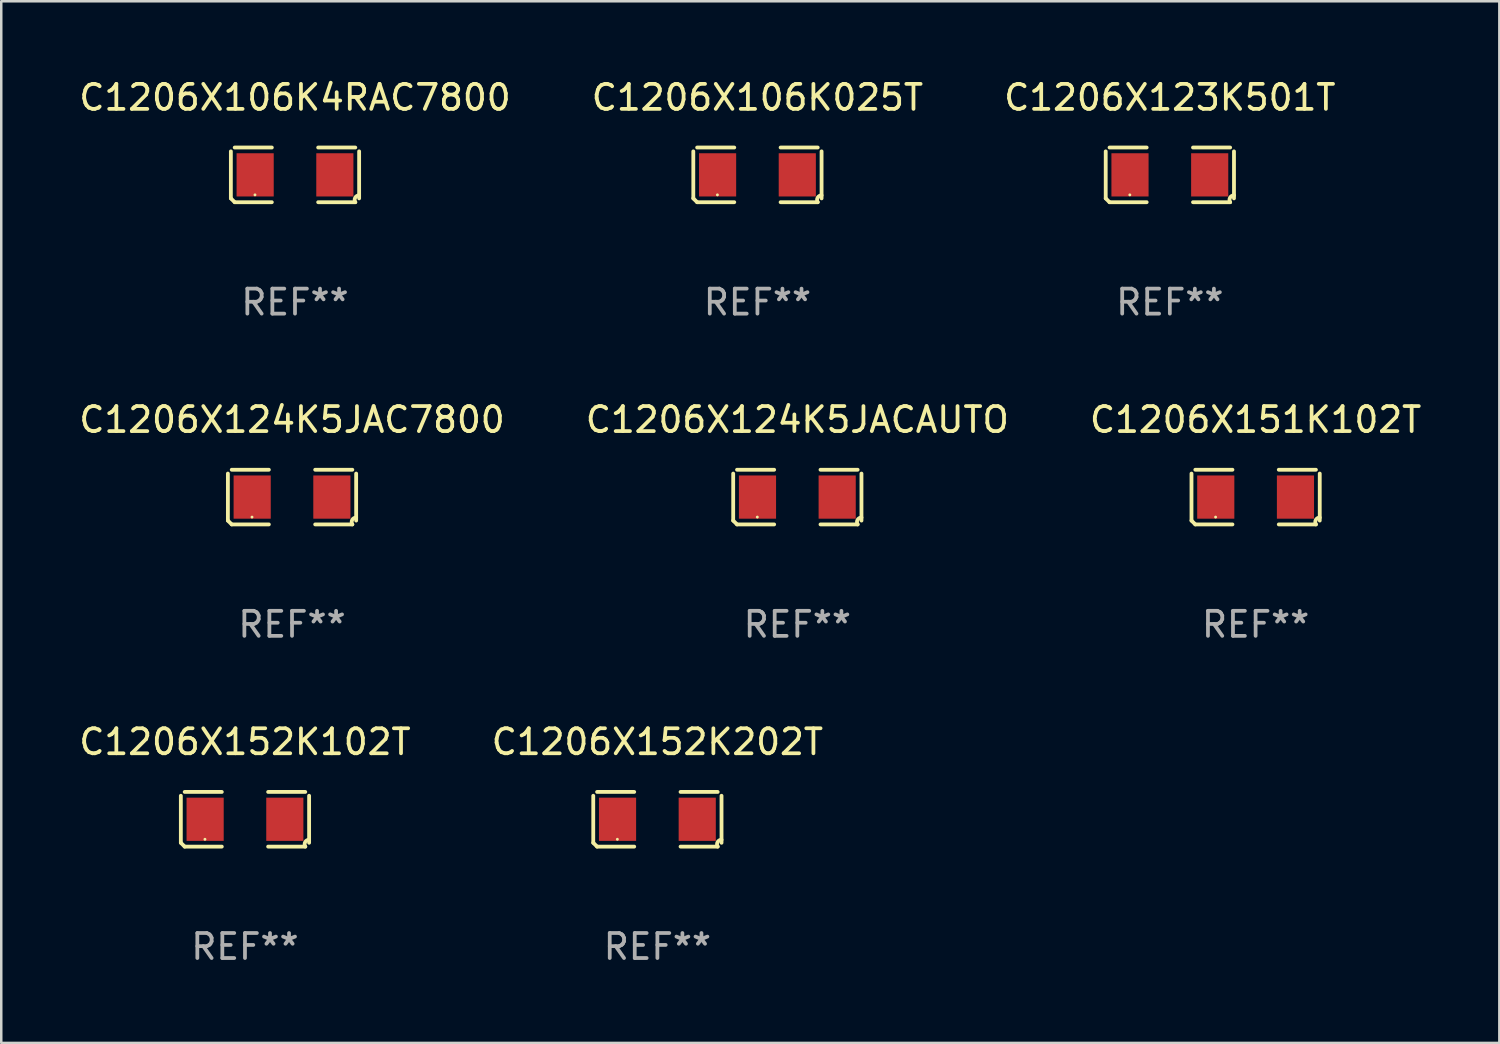
<source format=kicad_pcb>
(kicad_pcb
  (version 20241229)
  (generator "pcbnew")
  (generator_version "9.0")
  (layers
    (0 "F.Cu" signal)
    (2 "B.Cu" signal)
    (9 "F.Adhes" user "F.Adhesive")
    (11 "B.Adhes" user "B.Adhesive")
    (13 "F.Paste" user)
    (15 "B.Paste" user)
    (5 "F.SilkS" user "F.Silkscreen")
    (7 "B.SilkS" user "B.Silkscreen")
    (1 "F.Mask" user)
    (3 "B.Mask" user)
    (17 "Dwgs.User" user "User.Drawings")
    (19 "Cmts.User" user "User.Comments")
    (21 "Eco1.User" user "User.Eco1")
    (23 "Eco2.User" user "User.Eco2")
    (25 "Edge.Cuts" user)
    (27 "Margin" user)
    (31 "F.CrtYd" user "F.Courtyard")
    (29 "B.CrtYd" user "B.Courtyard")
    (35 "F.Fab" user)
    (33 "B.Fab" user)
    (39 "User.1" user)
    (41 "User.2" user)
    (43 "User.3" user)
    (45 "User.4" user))
  (footprint "C1206X123K501T"
    (layer "F.Cu")
    (at 43.72 3.941)
    (property "Reference" "C1206X123K501T" (at 0 -3.093 0) (layer "F.SilkS") (effects (font (size 1 1) (thickness 0.15))))
    (attr through_hole)
    (fp_line (start -2.564 0.94) (end -2.564 -0.94) (stroke (width 0.152) (type solid)) (layer "F.SilkS"))
    (fp_line (start -2.411 -1.093) (end -0.926 -1.093) (stroke (width 0.152) (type solid)) (layer "F.SilkS"))
    (fp_line (start -0.926 1.093) (end -2.411 1.093) (stroke (width 0.152) (type solid)) (layer "F.SilkS"))
    (fp_line (start 0.926 1.093) (end 2.411 1.093) (stroke (width 0.152) (type solid)) (layer "F.SilkS"))
    (fp_line (start 2.411 -1.093) (end 0.926 -1.093) (stroke (width 0.152) (type solid)) (layer "F.SilkS"))
    (fp_line (start 2.564 0.94) (end 2.564 -0.94) (stroke (width 0.152) (type solid)) (layer "F.SilkS"))
    (fp_arc (start -2.411201 1.092609) (mid -2.487413 1.01642) (end -2.563602 0.940208) (stroke (width 0.1524) (type solid)) (layer "F.SilkS"))
    (fp_arc (start 2.411201 1.092609) (mid 2.407159 0.911226) (end 2.563602 0.819347) (stroke (width 0.1524) (type solid)) (layer "F.SilkS"))
    (fp_circle (center -1.6 0.8) (end -1.57 0.8) (stroke (width 0.06) (type solid)) (fill no) (layer "F.SilkS"))
    (fp_text user "REF**" (at 0 5.093 0) (layer "F.Fab") (effects (font (size 1 1) (thickness 0.15))))
    (pad "1" smd rect (at -1.593 0) (size 1.485 1.728) (layers "F.Cu" "F.Mask" "F.Paste"))
    (pad "2" smd rect (at 1.593 0) (size 1.485 1.728) (layers "F.Cu" "F.Mask" "F.Paste")))
  (footprint "C1206X151K102T"
    (layer "F.Cu")
    (at 47.149 16.823)
    (property "Reference" "C1206X151K102T" (at 0 -3.093 0) (layer "F.SilkS") (effects (font (size 1 1) (thickness 0.15))))
    (attr through_hole)
    (fp_line (start -2.564 0.94) (end -2.564 -0.94) (stroke (width 0.152) (type solid)) (layer "F.SilkS"))
    (fp_line (start -2.411 -1.093) (end -0.926 -1.093) (stroke (width 0.152) (type solid)) (layer "F.SilkS"))
    (fp_line (start -0.926 1.093) (end -2.411 1.093) (stroke (width 0.152) (type solid)) (layer "F.SilkS"))
    (fp_line (start 0.926 1.093) (end 2.411 1.093) (stroke (width 0.152) (type solid)) (layer "F.SilkS"))
    (fp_line (start 2.411 -1.093) (end 0.926 -1.093) (stroke (width 0.152) (type solid)) (layer "F.SilkS"))
    (fp_line (start 2.564 0.94) (end 2.564 -0.94) (stroke (width 0.152) (type solid)) (layer "F.SilkS"))
    (fp_arc (start -2.411201 1.092609) (mid -2.487413 1.01642) (end -2.563602 0.940208) (stroke (width 0.1524) (type solid)) (layer "F.SilkS"))
    (fp_arc (start 2.411201 1.092609) (mid 2.407159 0.911226) (end 2.563602 0.819347) (stroke (width 0.1524) (type solid)) (layer "F.SilkS"))
    (fp_circle (center -1.6 0.8) (end -1.57 0.8) (stroke (width 0.06) (type solid)) (fill no) (layer "F.SilkS"))
    (fp_text user "REF**" (at 0 5.093 0) (layer "F.Fab") (effects (font (size 1 1) (thickness 0.15))))
    (pad "1" smd rect (at -1.593 0) (size 1.485 1.728) (layers "F.Cu" "F.Mask" "F.Paste"))
    (pad "2" smd rect (at 1.593 0) (size 1.485 1.728) (layers "F.Cu" "F.Mask" "F.Paste")))
  (footprint "C1206X106K4RAC7800"
    (layer "F.Cu")
    (at 8.744 3.941)
    (property "Reference" "C1206X106K4RAC7800" (at 0 -3.093 0) (layer "F.SilkS") (effects (font (size 1 1) (thickness 0.15))))
    (attr through_hole)
    (fp_line (start -2.564 0.94) (end -2.564 -0.94) (stroke (width 0.152) (type solid)) (layer "F.SilkS"))
    (fp_line (start -2.411 -1.093) (end -0.926 -1.093) (stroke (width 0.152) (type solid)) (layer "F.SilkS"))
    (fp_line (start -0.926 1.093) (end -2.411 1.093) (stroke (width 0.152) (type solid)) (layer "F.SilkS"))
    (fp_line (start 0.926 1.093) (end 2.411 1.093) (stroke (width 0.152) (type solid)) (layer "F.SilkS"))
    (fp_line (start 2.411 -1.093) (end 0.926 -1.093) (stroke (width 0.152) (type solid)) (layer "F.SilkS"))
    (fp_line (start 2.564 0.94) (end 2.564 -0.94) (stroke (width 0.152) (type solid)) (layer "F.SilkS"))
    (fp_arc (start -2.411201 1.092609) (mid -2.487413 1.01642) (end -2.563602 0.940208) (stroke (width 0.1524) (type solid)) (layer "F.SilkS"))
    (fp_arc (start 2.411201 1.092609) (mid 2.407159 0.911226) (end 2.563602 0.819347) (stroke (width 0.1524) (type solid)) (layer "F.SilkS"))
    (fp_circle (center -1.6 0.8) (end -1.57 0.8) (stroke (width 0.06) (type solid)) (fill no) (layer "F.SilkS"))
    (fp_text user "REF**" (at 0 5.093 0) (layer "F.Fab") (effects (font (size 1 1) (thickness 0.15))))
    (pad "1" smd rect (at -1.593 0) (size 1.485 1.728) (layers "F.Cu" "F.Mask" "F.Paste"))
    (pad "2" smd rect (at 1.593 0) (size 1.485 1.728) (layers "F.Cu" "F.Mask" "F.Paste")))
  (footprint "C1206X124K5JACAUTO"
    (layer "F.Cu")
    (at 28.827 16.823)
    (property "Reference" "C1206X124K5JACAUTO" (at 0 -3.093 0) (layer "F.SilkS") (effects (font (size 1 1) (thickness 0.15))))
    (attr through_hole)
    (fp_line (start -2.564 0.94) (end -2.564 -0.94) (stroke (width 0.152) (type solid)) (layer "F.SilkS"))
    (fp_line (start -2.411 -1.093) (end -0.926 -1.093) (stroke (width 0.152) (type solid)) (layer "F.SilkS"))
    (fp_line (start -0.926 1.093) (end -2.411 1.093) (stroke (width 0.152) (type solid)) (layer "F.SilkS"))
    (fp_line (start 0.926 1.093) (end 2.411 1.093) (stroke (width 0.152) (type solid)) (layer "F.SilkS"))
    (fp_line (start 2.411 -1.093) (end 0.926 -1.093) (stroke (width 0.152) (type solid)) (layer "F.SilkS"))
    (fp_line (start 2.564 0.94) (end 2.564 -0.94) (stroke (width 0.152) (type solid)) (layer "F.SilkS"))
    (fp_arc (start -2.411201 1.092609) (mid -2.487413 1.01642) (end -2.563602 0.940208) (stroke (width 0.1524) (type solid)) (layer "F.SilkS"))
    (fp_arc (start 2.411201 1.092609) (mid 2.407159 0.911226) (end 2.563602 0.819347) (stroke (width 0.1524) (type solid)) (layer "F.SilkS"))
    (fp_circle (center -1.6 0.8) (end -1.57 0.8) (stroke (width 0.06) (type solid)) (fill no) (layer "F.SilkS"))
    (fp_text user "REF**" (at 0 5.093 0) (layer "F.Fab") (effects (font (size 1 1) (thickness 0.15))))
    (pad "1" smd rect (at -1.593 0) (size 1.485 1.728) (layers "F.Cu" "F.Mask" "F.Paste"))
    (pad "2" smd rect (at 1.593 0) (size 1.485 1.728) (layers "F.Cu" "F.Mask" "F.Paste")))
  (footprint "C1206X152K102T"
    (layer "F.Cu")
    (at 6.744 29.704)
    (property "Reference" "C1206X152K102T" (at 0 -3.093 0) (layer "F.SilkS") (effects (font (size 1 1) (thickness 0.15))))
    (attr through_hole)
    (fp_line (start -2.564 0.94) (end -2.564 -0.94) (stroke (width 0.152) (type solid)) (layer "F.SilkS"))
    (fp_line (start -2.411 -1.093) (end -0.926 -1.093) (stroke (width 0.152) (type solid)) (layer "F.SilkS"))
    (fp_line (start -0.926 1.093) (end -2.411 1.093) (stroke (width 0.152) (type solid)) (layer "F.SilkS"))
    (fp_line (start 0.926 1.093) (end 2.411 1.093) (stroke (width 0.152) (type solid)) (layer "F.SilkS"))
    (fp_line (start 2.411 -1.093) (end 0.926 -1.093) (stroke (width 0.152) (type solid)) (layer "F.SilkS"))
    (fp_line (start 2.564 0.94) (end 2.564 -0.94) (stroke (width 0.152) (type solid)) (layer "F.SilkS"))
    (fp_arc (start -2.411201 1.092609) (mid -2.487413 1.01642) (end -2.563602 0.940208) (stroke (width 0.1524) (type solid)) (layer "F.SilkS"))
    (fp_arc (start 2.411201 1.092609) (mid 2.407159 0.911226) (end 2.563602 0.819347) (stroke (width 0.1524) (type solid)) (layer "F.SilkS"))
    (fp_circle (center -1.6 0.8) (end -1.57 0.8) (stroke (width 0.06) (type solid)) (fill no) (layer "F.SilkS"))
    (fp_text user "REF**" (at 0 5.093 0) (layer "F.Fab") (effects (font (size 1 1) (thickness 0.15))))
    (pad "1" smd rect (at -1.593 0) (size 1.485 1.728) (layers "F.Cu" "F.Mask" "F.Paste"))
    (pad "2" smd rect (at 1.593 0) (size 1.485 1.728) (layers "F.Cu" "F.Mask" "F.Paste")))
  (footprint "C1206X152K202T"
    (layer "F.Cu")
    (at 23.232 29.704)
    (property "Reference" "C1206X152K202T" (at 0 -3.093 0) (layer "F.SilkS") (effects (font (size 1 1) (thickness 0.15))))
    (attr through_hole)
    (fp_line (start -2.564 0.94) (end -2.564 -0.94) (stroke (width 0.152) (type solid)) (layer "F.SilkS"))
    (fp_line (start -2.411 -1.093) (end -0.926 -1.093) (stroke (width 0.152) (type solid)) (layer "F.SilkS"))
    (fp_line (start -0.926 1.093) (end -2.411 1.093) (stroke (width 0.152) (type solid)) (layer "F.SilkS"))
    (fp_line (start 0.926 1.093) (end 2.411 1.093) (stroke (width 0.152) (type solid)) (layer "F.SilkS"))
    (fp_line (start 2.411 -1.093) (end 0.926 -1.093) (stroke (width 0.152) (type solid)) (layer "F.SilkS"))
    (fp_line (start 2.564 0.94) (end 2.564 -0.94) (stroke (width 0.152) (type solid)) (layer "F.SilkS"))
    (fp_arc (start -2.411201 1.092609) (mid -2.487413 1.01642) (end -2.563602 0.940208) (stroke (width 0.1524) (type solid)) (layer "F.SilkS"))
    (fp_arc (start 2.411201 1.092609) (mid 2.407159 0.911226) (end 2.563602 0.819347) (stroke (width 0.1524) (type solid)) (layer "F.SilkS"))
    (fp_circle (center -1.6 0.8) (end -1.57 0.8) (stroke (width 0.06) (type solid)) (fill no) (layer "F.SilkS"))
    (fp_text user "REF**" (at 0 5.093 0) (layer "F.Fab") (effects (font (size 1 1) (thickness 0.15))))
    (pad "1" smd rect (at -1.593 0) (size 1.485 1.728) (layers "F.Cu" "F.Mask" "F.Paste"))
    (pad "2" smd rect (at 1.593 0) (size 1.485 1.728) (layers "F.Cu" "F.Mask" "F.Paste")))
  (footprint "C1206X106K025T"
    (layer "F.Cu")
    (at 27.232 3.941)
    (property "Reference" "C1206X106K025T" (at 0 -3.093 0) (layer "F.SilkS") (effects (font (size 1 1) (thickness 0.15))))
    (attr through_hole)
    (fp_line (start -2.564 0.94) (end -2.564 -0.94) (stroke (width 0.152) (type solid)) (layer "F.SilkS"))
    (fp_line (start -2.411 -1.093) (end -0.926 -1.093) (stroke (width 0.152) (type solid)) (layer "F.SilkS"))
    (fp_line (start -0.926 1.093) (end -2.411 1.093) (stroke (width 0.152) (type solid)) (layer "F.SilkS"))
    (fp_line (start 0.926 1.093) (end 2.411 1.093) (stroke (width 0.152) (type solid)) (layer "F.SilkS"))
    (fp_line (start 2.411 -1.093) (end 0.926 -1.093) (stroke (width 0.152) (type solid)) (layer "F.SilkS"))
    (fp_line (start 2.564 0.94) (end 2.564 -0.94) (stroke (width 0.152) (type solid)) (layer "F.SilkS"))
    (fp_arc (start -2.411201 1.092609) (mid -2.487413 1.01642) (end -2.563602 0.940208) (stroke (width 0.1524) (type solid)) (layer "F.SilkS"))
    (fp_arc (start 2.411201 1.092609) (mid 2.407159 0.911226) (end 2.563602 0.819347) (stroke (width 0.1524) (type solid)) (layer "F.SilkS"))
    (fp_circle (center -1.6 0.8) (end -1.57 0.8) (stroke (width 0.06) (type solid)) (fill no) (layer "F.SilkS"))
    (fp_text user "REF**" (at 0 5.093 0) (layer "F.Fab") (effects (font (size 1 1) (thickness 0.15))))
    (pad "1" smd rect (at -1.593 0) (size 1.485 1.728) (layers "F.Cu" "F.Mask" "F.Paste"))
    (pad "2" smd rect (at 1.593 0) (size 1.485 1.728) (layers "F.Cu" "F.Mask" "F.Paste")))
  (footprint "C1206X124K5JAC7800"
    (layer "F.Cu")
    (at 8.625 16.823)
    (property "Reference" "C1206X124K5JAC7800" (at 0 -3.093 0) (layer "F.SilkS") (effects (font (size 1 1) (thickness 0.15))))
    (attr through_hole)
    (fp_line (start -2.564 0.94) (end -2.564 -0.94) (stroke (width 0.152) (type solid)) (layer "F.SilkS"))
    (fp_line (start -2.411 -1.093) (end -0.926 -1.093) (stroke (width 0.152) (type solid)) (layer "F.SilkS"))
    (fp_line (start -0.926 1.093) (end -2.411 1.093) (stroke (width 0.152) (type solid)) (layer "F.SilkS"))
    (fp_line (start 0.926 1.093) (end 2.411 1.093) (stroke (width 0.152) (type solid)) (layer "F.SilkS"))
    (fp_line (start 2.411 -1.093) (end 0.926 -1.093) (stroke (width 0.152) (type solid)) (layer "F.SilkS"))
    (fp_line (start 2.564 0.94) (end 2.564 -0.94) (stroke (width 0.152) (type solid)) (layer "F.SilkS"))
    (fp_arc (start -2.411201 1.092609) (mid -2.487413 1.01642) (end -2.563602 0.940208) (stroke (width 0.1524) (type solid)) (layer "F.SilkS"))
    (fp_arc (start 2.411201 1.092609) (mid 2.407159 0.911226) (end 2.563602 0.819347) (stroke (width 0.1524) (type solid)) (layer "F.SilkS"))
    (fp_circle (center -1.6 0.8) (end -1.57 0.8) (stroke (width 0.06) (type solid)) (fill no) (layer "F.SilkS"))
    (fp_text user "REF**" (at 0 5.093 0) (layer "F.Fab") (effects (font (size 1 1) (thickness 0.15))))
    (pad "1" smd rect (at -1.593 0) (size 1.485 1.728) (layers "F.Cu" "F.Mask" "F.Paste"))
    (pad "2" smd rect (at 1.593 0) (size 1.485 1.728) (layers "F.Cu" "F.Mask" "F.Paste")))
  (gr_rect
    (start -3 -3)
    (end 56.893 38.645)
    (stroke (width 0.1) (type default))
    (fill no)
    (layer "Edge.Cuts")))
</source>
